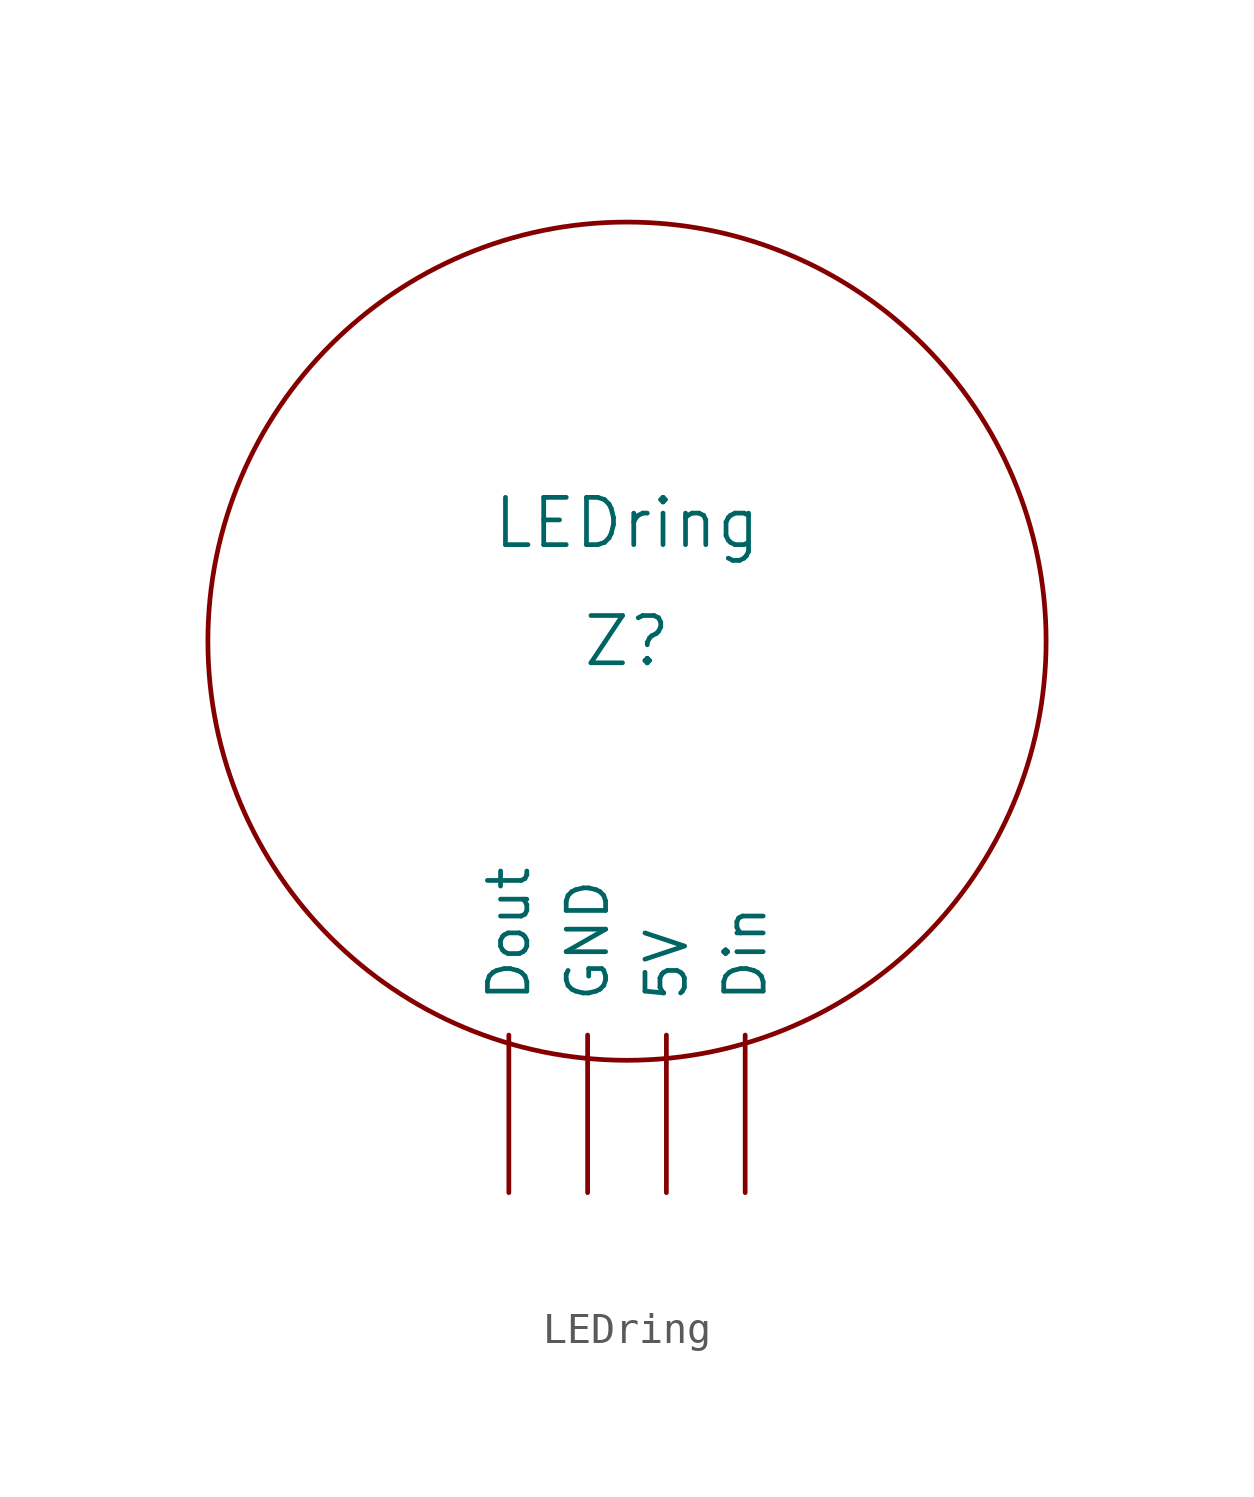
<source format=kicad_sym>
(kicad_symbol_lib
  (version 20231120)
  (generator "kicad_symbol_editor")
  (generator_version "8.0")
  (symbol "LEDring"
    (pin_names
      (offset 1.016))
    (property "Reference" "Z"
      (at 0 0 0)
      (effects (font (size 1.524 1.524))))
    (property "Value" "LEDring"
      (at 0 3.81 0)
      (effects (font (size 1.524 1.524))))
    (symbol "LEDring_0_1"
      (circle (center 0 0) (radius 13.513) (stroke (width 0) (type solid)) (fill (type none))))
    (symbol "LEDring_1_0"
      (pin input line (at 1.27 -17.78 90) (length 5.08) (name "5V" (effects (font (size 1.27 1.27)))) (number "~" (effects (font (size 1.27 1.27)))))
      (pin input line (at 3.81 -17.78 90) (length 5.08) (name "Din" (effects (font (size 1.27 1.27)))) (number "~" (effects (font (size 1.27 1.27)))))
      (pin input line (at -3.81 -17.78 90) (length 5.08) (name "Dout" (effects (font (size 1.27 1.27)))) (number "~" (effects (font (size 1.27 1.27)))))
      (pin input line (at -1.27 -17.78 90) (length 5.08) (name "GND" (effects (font (size 1.27 1.27)))) (number "~" (effects (font (size 1.27 1.27))))))))
</source>
